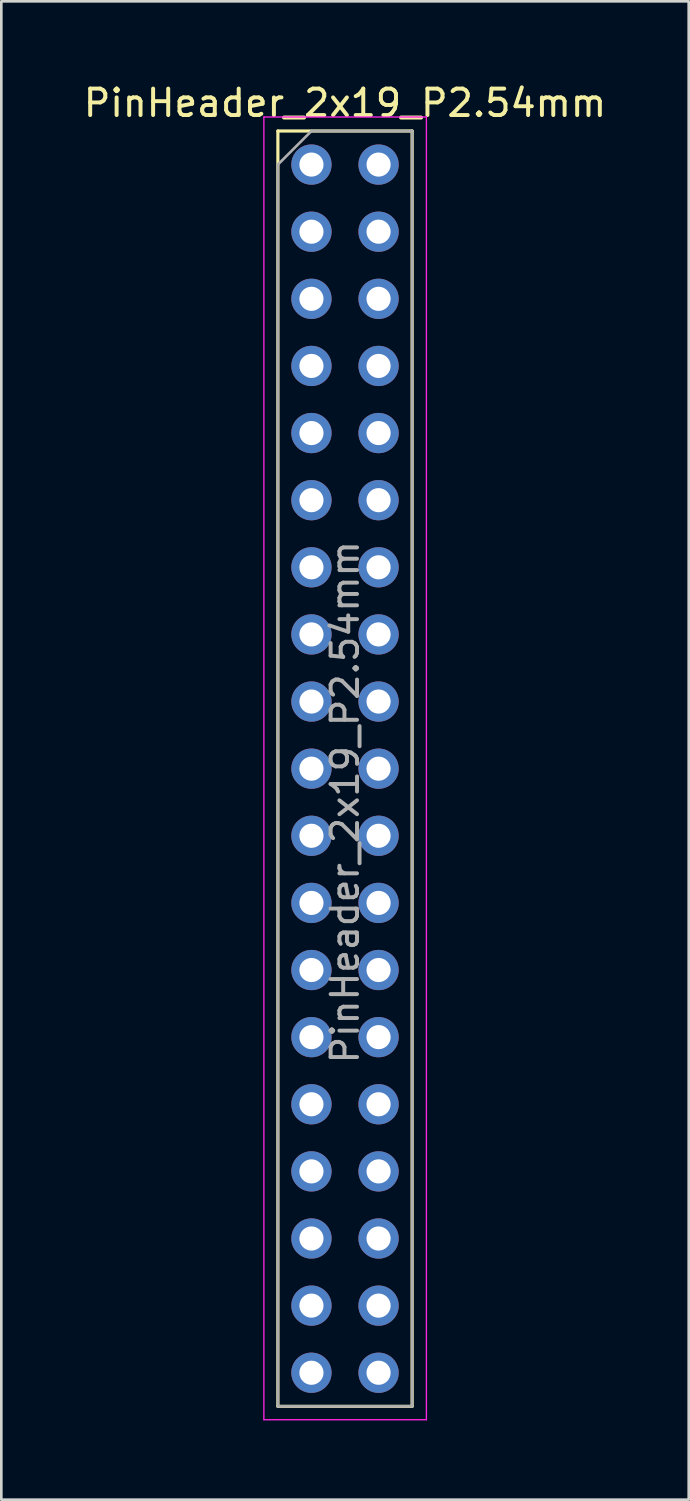
<source format=kicad_pcb>
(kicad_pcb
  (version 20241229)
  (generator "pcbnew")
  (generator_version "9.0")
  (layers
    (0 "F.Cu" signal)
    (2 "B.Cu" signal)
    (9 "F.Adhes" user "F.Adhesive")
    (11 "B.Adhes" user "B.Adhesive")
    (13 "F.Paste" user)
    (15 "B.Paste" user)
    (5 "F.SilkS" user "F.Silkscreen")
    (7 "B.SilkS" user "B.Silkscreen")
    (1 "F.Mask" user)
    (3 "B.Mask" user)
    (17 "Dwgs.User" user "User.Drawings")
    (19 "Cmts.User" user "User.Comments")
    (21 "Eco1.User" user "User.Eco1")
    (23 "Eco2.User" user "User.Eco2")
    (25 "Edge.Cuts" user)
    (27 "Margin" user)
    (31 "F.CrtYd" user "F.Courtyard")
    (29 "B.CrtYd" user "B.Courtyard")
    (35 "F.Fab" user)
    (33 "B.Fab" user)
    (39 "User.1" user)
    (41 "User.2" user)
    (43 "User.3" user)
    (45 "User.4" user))
  (footprint "PinHeader_2x19_P2.54mm"
    (layer "F.Cu")
    (at 8.736 3.178)
    (property "Reference" "PinHeader_2x19_P2.54mm" (at 1.27 -2.33 0) (layer "F.SilkS") (effects (font (size 1 1) (thickness 0.15))))
    (attr through_hole)
    (fp_line (start -1.27 -1.27) (end -1.27 46.99) (stroke (width 0.12) (type solid)) (layer "F.SilkS"))
    (fp_line (start -1.27 46.99) (end 3.81 46.99) (stroke (width 0.12) (type solid)) (layer "F.SilkS"))
    (fp_line (start 3.81 -1.27) (end -1.27 -1.27) (stroke (width 0.12) (type solid)) (layer "F.SilkS"))
    (fp_line (start 3.81 46.99) (end 3.81 -1.27) (stroke (width 0.12) (type solid)) (layer "F.SilkS"))
    (fp_line (start -1.8 -1.8) (end -1.8 47.498) (stroke (width 0.05) (type solid)) (layer "F.CrtYd"))
    (fp_line (start -1.8 47.498) (end 4.35 47.498) (stroke (width 0.05) (type solid)) (layer "F.CrtYd"))
    (fp_line (start 4.35 -1.8) (end -1.8 -1.8) (stroke (width 0.05) (type solid)) (layer "F.CrtYd"))
    (fp_line (start 4.35 47.498) (end 4.35 -1.8) (stroke (width 0.05) (type solid)) (layer "F.CrtYd"))
    (fp_line (start -1.27 0) (end 0 -1.27) (stroke (width 0.1) (type solid)) (layer "F.Fab"))
    (fp_line (start -1.27 46.99) (end -1.27 0) (stroke (width 0.1) (type solid)) (layer "F.Fab"))
    (fp_line (start 0 -1.27) (end 3.81 -1.27) (stroke (width 0.1) (type solid)) (layer "F.Fab"))
    (fp_line (start 3.81 -1.27) (end 3.81 46.99) (stroke (width 0.1) (type solid)) (layer "F.Fab"))
    (fp_line (start 3.81 46.99) (end -1.27 46.99) (stroke (width 0.1) (type solid)) (layer "F.Fab"))
    (fp_text user "${REFERENCE}" (at 1.27 24.13 90) (layer "F.Fab") (effects (font (size 1 1) (thickness 0.15))))
    (pad "1" thru_hole circle (at 0 0) (size 1.524 1.524) (drill 0.914) (layers "*.Cu" "*.Mask"))
    (pad "2" thru_hole circle (at 2.54 0) (size 1.524 1.524) (drill 0.914) (layers "*.Cu" "*.Mask"))
    (pad "3" thru_hole circle (at 0 2.54) (size 1.524 1.524) (drill 0.914) (layers "*.Cu" "*.Mask"))
    (pad "4" thru_hole circle (at 2.54 2.54) (size 1.524 1.524) (drill 0.914) (layers "*.Cu" "*.Mask"))
    (pad "5" thru_hole circle (at 0 5.08) (size 1.524 1.524) (drill 0.914) (layers "*.Cu" "*.Mask"))
    (pad "6" thru_hole circle (at 2.54 5.08) (size 1.524 1.524) (drill 0.914) (layers "*.Cu" "*.Mask"))
    (pad "7" thru_hole circle (at 0 7.62) (size 1.524 1.524) (drill 0.914) (layers "*.Cu" "*.Mask"))
    (pad "8" thru_hole circle (at 2.54 7.62) (size 1.524 1.524) (drill 0.914) (layers "*.Cu" "*.Mask"))
    (pad "9" thru_hole circle (at 0 10.16) (size 1.524 1.524) (drill 0.914) (layers "*.Cu" "*.Mask"))
    (pad "10" thru_hole circle (at 2.54 10.16) (size 1.524 1.524) (drill 0.914) (layers "*.Cu" "*.Mask"))
    (pad "11" thru_hole circle (at 0 12.7) (size 1.524 1.524) (drill 0.914) (layers "*.Cu" "*.Mask"))
    (pad "12" thru_hole circle (at 2.54 12.7) (size 1.524 1.524) (drill 0.914) (layers "*.Cu" "*.Mask"))
    (pad "13" thru_hole circle (at 0 15.24) (size 1.524 1.524) (drill 0.914) (layers "*.Cu" "*.Mask"))
    (pad "14" thru_hole circle (at 2.54 15.24) (size 1.524 1.524) (drill 0.914) (layers "*.Cu" "*.Mask"))
    (pad "15" thru_hole circle (at 0 17.78) (size 1.524 1.524) (drill 0.914) (layers "*.Cu" "*.Mask"))
    (pad "16" thru_hole circle (at 2.54 17.78) (size 1.524 1.524) (drill 0.914) (layers "*.Cu" "*.Mask"))
    (pad "17" thru_hole circle (at 0 20.32) (size 1.524 1.524) (drill 0.914) (layers "*.Cu" "*.Mask"))
    (pad "18" thru_hole circle (at 2.54 20.32) (size 1.524 1.524) (drill 0.914) (layers "*.Cu" "*.Mask"))
    (pad "19" thru_hole circle (at 0 22.86) (size 1.524 1.524) (drill 0.914) (layers "*.Cu" "*.Mask"))
    (pad "20" thru_hole circle (at 2.54 22.86) (size 1.524 1.524) (drill 0.914) (layers "*.Cu" "*.Mask"))
    (pad "21" thru_hole circle (at 0 25.4) (size 1.524 1.524) (drill 0.914) (layers "*.Cu" "*.Mask"))
    (pad "22" thru_hole circle (at 2.54 25.4) (size 1.524 1.524) (drill 0.914) (layers "*.Cu" "*.Mask"))
    (pad "23" thru_hole circle (at 0 27.94) (size 1.524 1.524) (drill 0.914) (layers "*.Cu" "*.Mask"))
    (pad "24" thru_hole circle (at 2.54 27.94) (size 1.524 1.524) (drill 0.914) (layers "*.Cu" "*.Mask"))
    (pad "25" thru_hole circle (at 0 30.48) (size 1.524 1.524) (drill 0.914) (layers "*.Cu" "*.Mask"))
    (pad "26" thru_hole circle (at 2.54 30.48) (size 1.524 1.524) (drill 0.914) (layers "*.Cu" "*.Mask"))
    (pad "27" thru_hole circle (at 0 33.02) (size 1.524 1.524) (drill 0.914) (layers "*.Cu" "*.Mask"))
    (pad "28" thru_hole circle (at 2.54 33.02) (size 1.524 1.524) (drill 0.914) (layers "*.Cu" "*.Mask"))
    (pad "29" thru_hole circle (at 0 35.56) (size 1.524 1.524) (drill 0.914) (layers "*.Cu" "*.Mask"))
    (pad "30" thru_hole circle (at 2.54 35.56) (size 1.524 1.524) (drill 0.914) (layers "*.Cu" "*.Mask"))
    (pad "31" thru_hole circle (at 0 38.1) (size 1.524 1.524) (drill 0.914) (layers "*.Cu" "*.Mask"))
    (pad "32" thru_hole circle (at 2.54 38.1) (size 1.524 1.524) (drill 0.914) (layers "*.Cu" "*.Mask"))
    (pad "33" thru_hole circle (at 0 40.64) (size 1.524 1.524) (drill 0.914) (layers "*.Cu" "*.Mask"))
    (pad "34" thru_hole circle (at 2.54 40.64) (size 1.524 1.524) (drill 0.914) (layers "*.Cu" "*.Mask"))
    (pad "35" thru_hole circle (at 0 43.18) (size 1.524 1.524) (drill 0.914) (layers "*.Cu" "*.Mask"))
    (pad "36" thru_hole circle (at 2.54 43.18) (size 1.524 1.524) (drill 0.914) (layers "*.Cu" "*.Mask"))
    (pad "37" thru_hole circle (at 0 45.72) (size 1.524 1.524) (drill 0.914) (layers "*.Cu" "*.Mask"))
    (pad "38" thru_hole circle (at 2.54 45.72) (size 1.524 1.524) (drill 0.914) (layers "*.Cu" "*.Mask")))
  (gr_rect
    (start -3 -3)
    (end 23.012 53.701)
    (stroke (width 0.1) (type default))
    (fill no)
    (layer "Edge.Cuts")))
</source>
